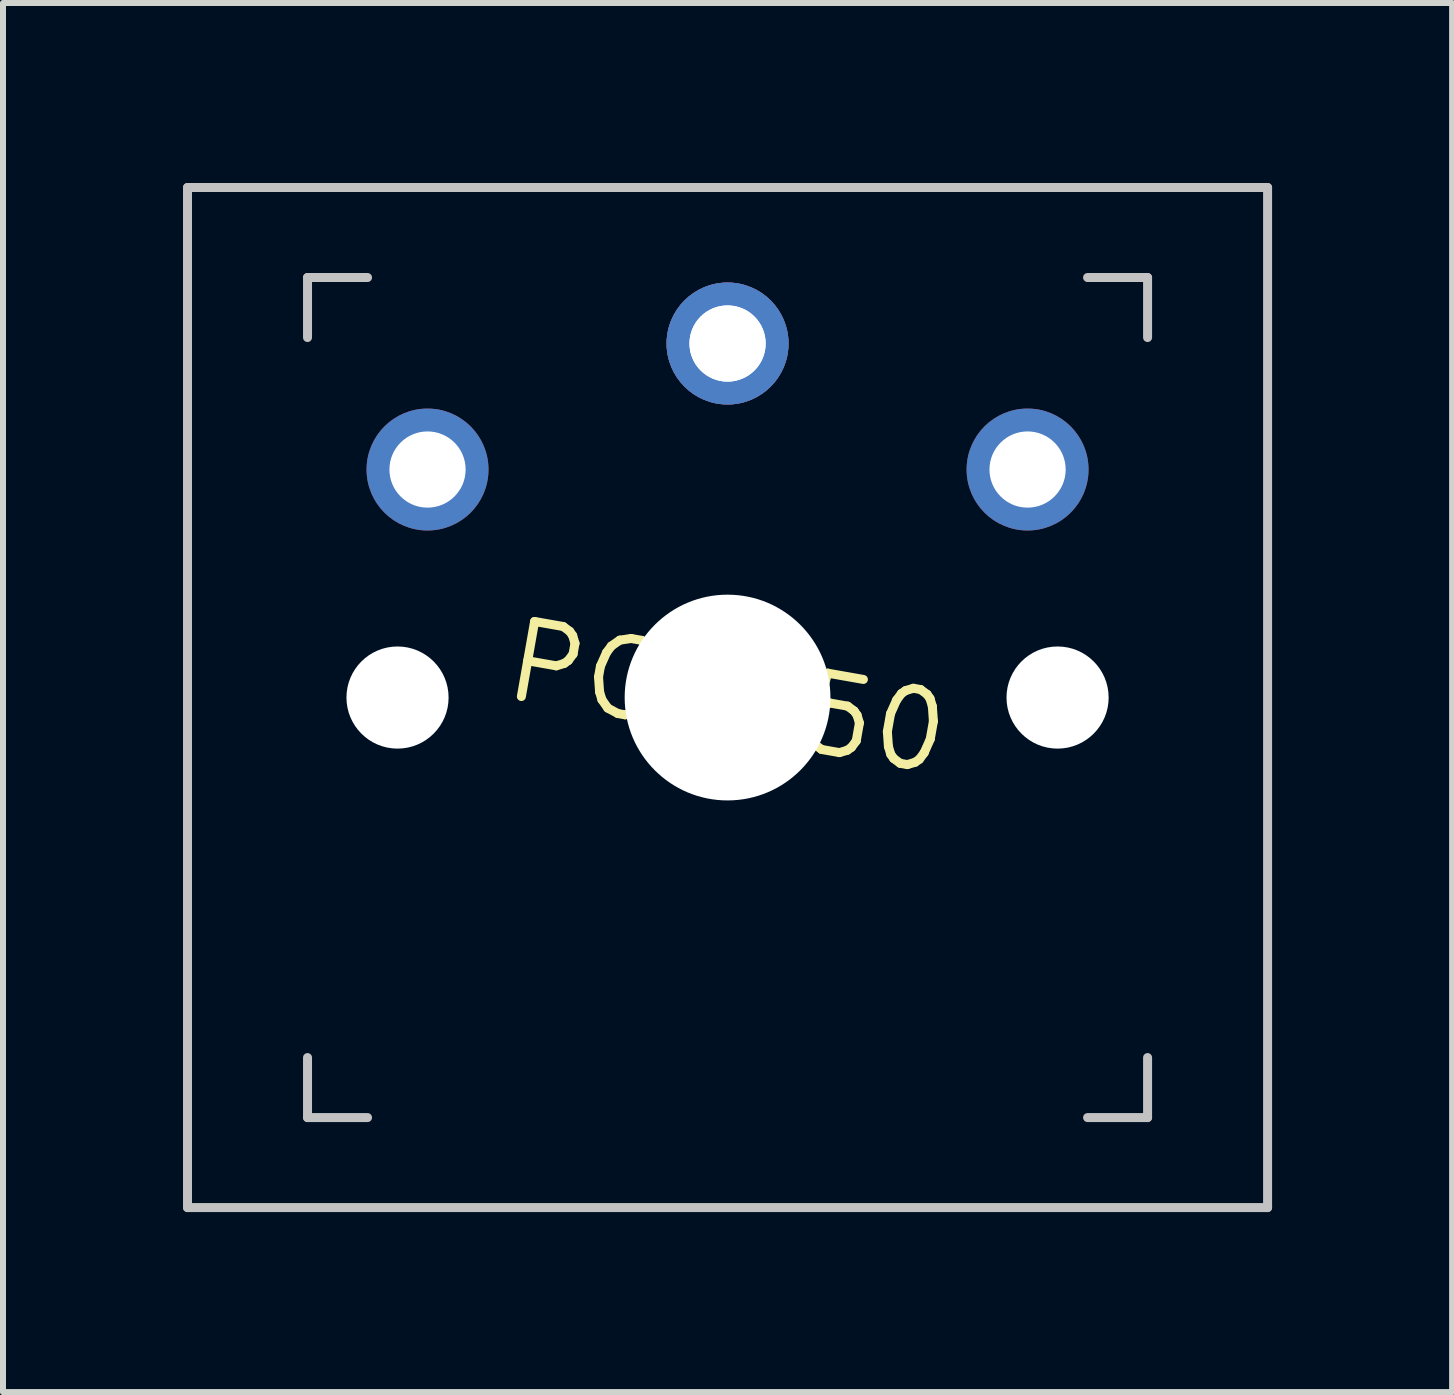
<source format=kicad_pcb>
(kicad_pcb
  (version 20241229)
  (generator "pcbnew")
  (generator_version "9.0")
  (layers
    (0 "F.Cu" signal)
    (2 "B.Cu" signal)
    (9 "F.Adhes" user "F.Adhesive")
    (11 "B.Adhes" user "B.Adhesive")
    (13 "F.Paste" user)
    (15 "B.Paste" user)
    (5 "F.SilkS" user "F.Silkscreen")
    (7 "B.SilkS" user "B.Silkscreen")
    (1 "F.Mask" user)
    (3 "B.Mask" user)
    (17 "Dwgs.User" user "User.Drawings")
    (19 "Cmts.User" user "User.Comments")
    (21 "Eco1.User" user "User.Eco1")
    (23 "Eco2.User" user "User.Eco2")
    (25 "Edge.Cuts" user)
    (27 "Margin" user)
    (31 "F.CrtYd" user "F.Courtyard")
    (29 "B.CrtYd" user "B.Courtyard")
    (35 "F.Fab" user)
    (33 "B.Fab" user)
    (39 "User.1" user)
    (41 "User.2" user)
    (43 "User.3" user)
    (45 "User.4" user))
  (footprint "PG1350"
    (layer "F.Cu")
    (at 9.075 8.575)
    (property "Reference" "PG1350" (at 0 0 350) (layer "F.SilkS") (effects (font (size 1.27 1.27) (thickness 0.15))))
    (attr through_hole)
    (fp_line (start -9 -8.5) (end 9 -8.5) (stroke (width 0.15) (type solid)) (layer "Dwgs.User"))
    (fp_line (start -9 8.5) (end -9 -8.5) (stroke (width 0.15) (type solid)) (layer "Dwgs.User"))
    (fp_line (start -7 -6) (end -7 -7) (stroke (width 0.15) (type solid)) (layer "Dwgs.User"))
    (fp_line (start -7 7) (end -7 6) (stroke (width 0.15) (type solid)) (layer "Dwgs.User"))
    (fp_line (start -7 7) (end -6 7) (stroke (width 0.15) (type solid)) (layer "Dwgs.User"))
    (fp_line (start -6 -7) (end -7 -7) (stroke (width 0.15) (type solid)) (layer "Dwgs.User"))
    (fp_line (start 6 7) (end 7 7) (stroke (width 0.15) (type solid)) (layer "Dwgs.User"))
    (fp_line (start 7 -7) (end 6 -7) (stroke (width 0.15) (type solid)) (layer "Dwgs.User"))
    (fp_line (start 7 -7) (end 7 -6) (stroke (width 0.15) (type solid)) (layer "Dwgs.User"))
    (fp_line (start 7 6) (end 7 7) (stroke (width 0.15) (type solid)) (layer "Dwgs.User"))
    (fp_line (start 9 -8.5) (end 9 8.5) (stroke (width 0.15) (type solid)) (layer "Dwgs.User"))
    (fp_line (start 9 8.5) (end -9 8.5) (stroke (width 0.15) (type solid)) (layer "Dwgs.User"))
    (pad "" np_thru_hole circle (at -5.5 0 350) (size 1.702 1.702) (drill 1.702) (layers "*.Cu" "*.Mask"))
    (pad "" np_thru_hole circle (at 0 0 350) (size 3.429 3.429) (drill 3.429) (layers "*.Cu" "*.Mask"))
    (pad "" np_thru_hole circle (at 5.5 0 350) (size 1.702 1.702) (drill 1.702) (layers "*.Cu" "*.Mask"))
    (pad "1" thru_hole circle (at -5 -3.8 350) (size 2.032 2.032) (drill 1.27) (layers "*.Cu" "*.Mask"))
    (pad "1" thru_hole circle (at 5 -3.8 350) (size 2.032 2.032) (drill 1.27) (layers "*.Cu" "*.Mask"))
    (pad "2" thru_hole circle (at 0 -5.9 350) (size 2.032 2.032) (drill 1.27) (layers "*.Cu" "*.Mask"))
    (pad "2" thru_hole circle (at 0 -5.9 350) (size 2.032 2.032) (drill 1.27) (layers "*.Cu" "*.Mask")))
  (gr_rect
    (start -3 -3)
    (end 21.15 20.15)
    (stroke (width 0.1) (type default))
    (fill no)
    (layer "Edge.Cuts")))
</source>
